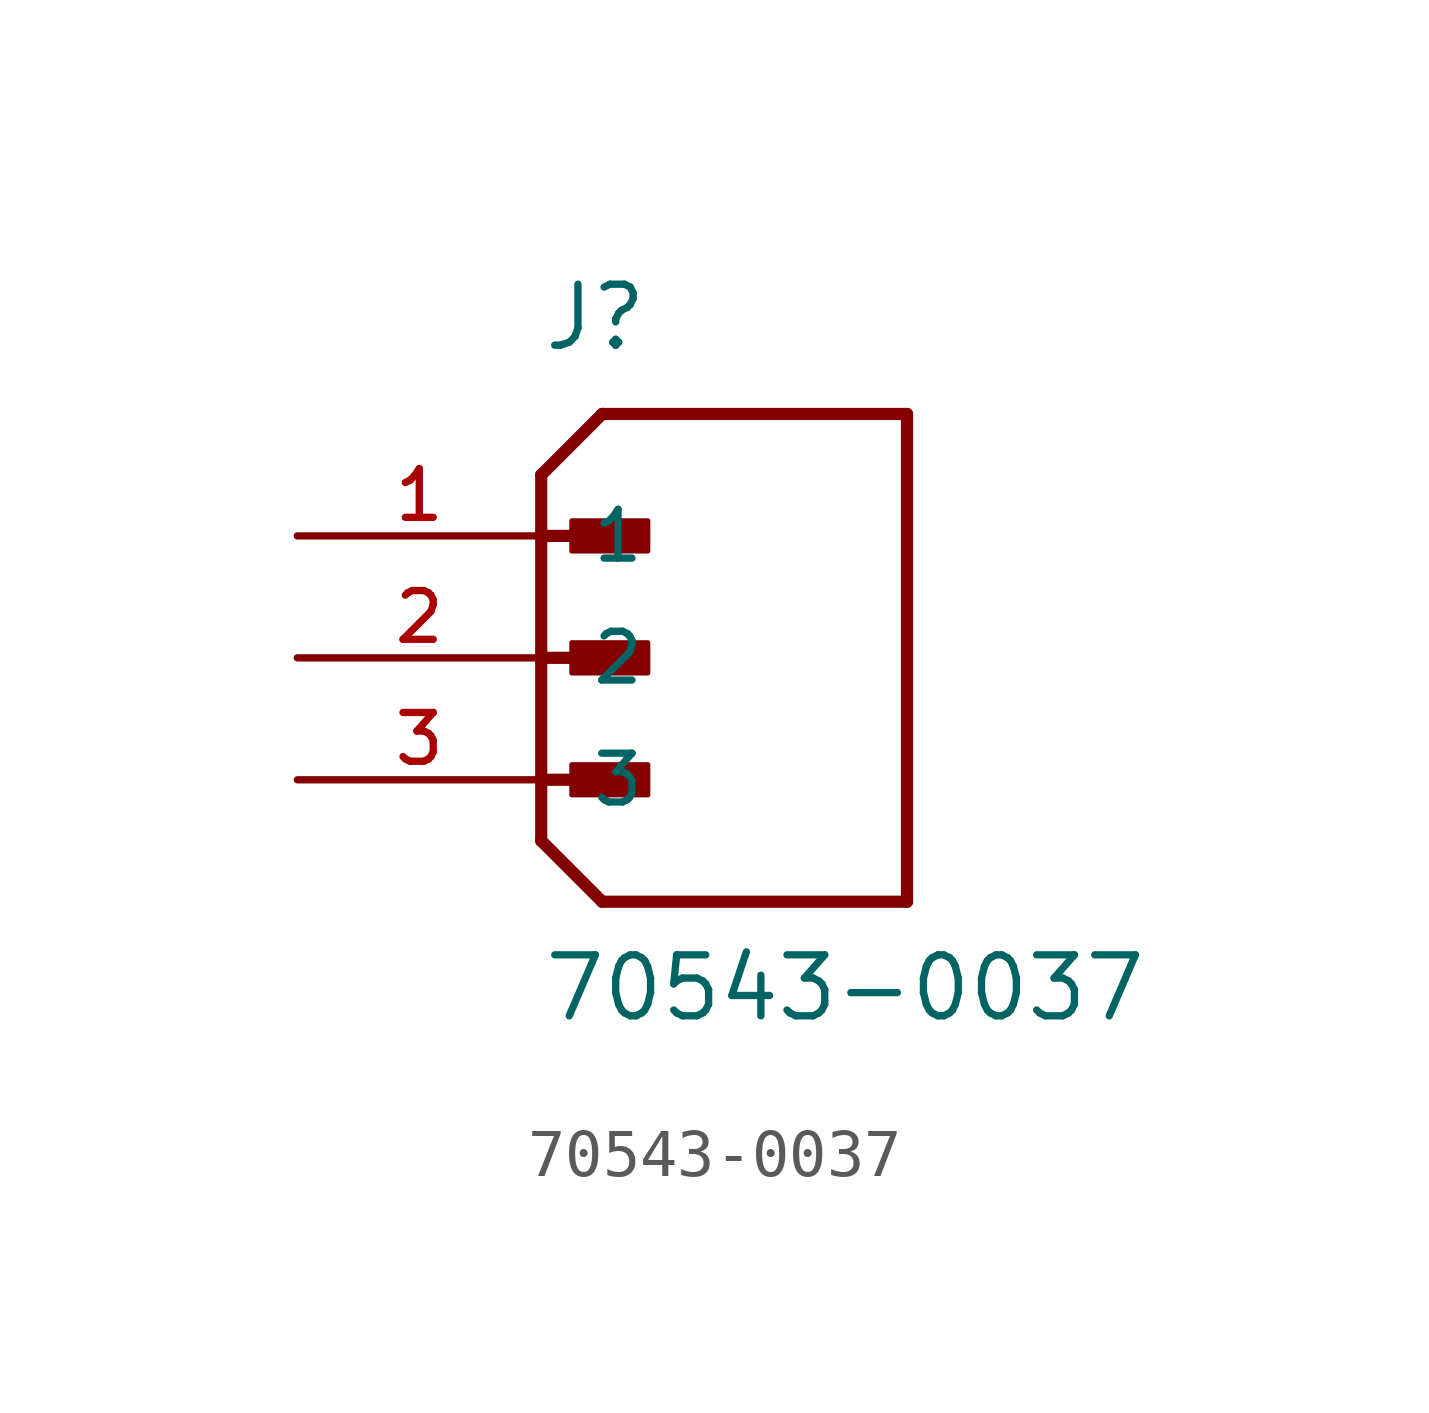
<source format=kicad_sym>
(kicad_symbol_lib
  (version 20211014)
  (generator kicad_symbol_editor)
  (symbol "70543-0037"
    (pin_names
      (offset 1.016))
    (property "Reference" "J"
      (at 0.0 6.35 0)
      (effects (font (size 1.27 1.27)) (justify bottom left)))
    (property "Value" "70543-0037"
      (at 0.0 -7.62 0)
      (effects (font (size 1.27 1.27)) (justify bottom left)))
    (symbol "70543-0037_0_0"
      (polyline (pts (xy 0.0 3.81) (xy 1.27 5.08)) (stroke (width 0.254)))
      (polyline (pts (xy 0.0 3.81) (xy 0.0 2.54)) (stroke (width 0.254)))
      (polyline (pts (xy 0.0 2.54) (xy 0.0 -3.81)) (stroke (width 0.254)))
      (polyline (pts (xy 0.0 -3.81) (xy 1.27 -5.08)) (stroke (width 0.254)))
      (polyline (pts (xy 1.27 -5.08) (xy 7.62 -5.08)) (stroke (width 0.254)))
      (polyline (pts (xy 7.62 -5.08) (xy 7.62 5.08)) (stroke (width 0.254)))
      (polyline (pts (xy 7.62 5.08) (xy 1.27 5.08)) (stroke (width 0.254)))
      (polyline (pts (xy 0.0 2.54) (xy 1.905 2.54)) (stroke (width 0.254)))
      (rectangle (start 0.635 2.223) (end 2.223 2.857) (stroke (width 0.1)) (fill (type outline)))
      (polyline (pts (xy 0.0 0.0) (xy 1.905 0.0)) (stroke (width 0.254)))
      (rectangle (start 0.635 -0.318) (end 2.223 0.318) (stroke (width 0.1)) (fill (type outline)))
      (polyline (pts (xy 0.0 -2.54) (xy 1.905 -2.54)) (stroke (width 0.254)))
      (rectangle (start 0.635 -2.857) (end 2.223 -2.223) (stroke (width 0.1)) (fill (type outline)))
      (pin passive line (at -5.08 2.54 0) (length 5.08) (name "1" (effects (font (size 1.016 1.016)))) (number "1" (effects (font (size 1.016 1.016)))))
      (pin passive line (at -5.08 0.0 0) (length 5.08) (name "2" (effects (font (size 1.016 1.016)))) (number "2" (effects (font (size 1.016 1.016)))))
      (pin passive line (at -5.08 -2.54 0) (length 5.08) (name "3" (effects (font (size 1.016 1.016)))) (number "3" (effects (font (size 1.016 1.016))))))))
</source>
